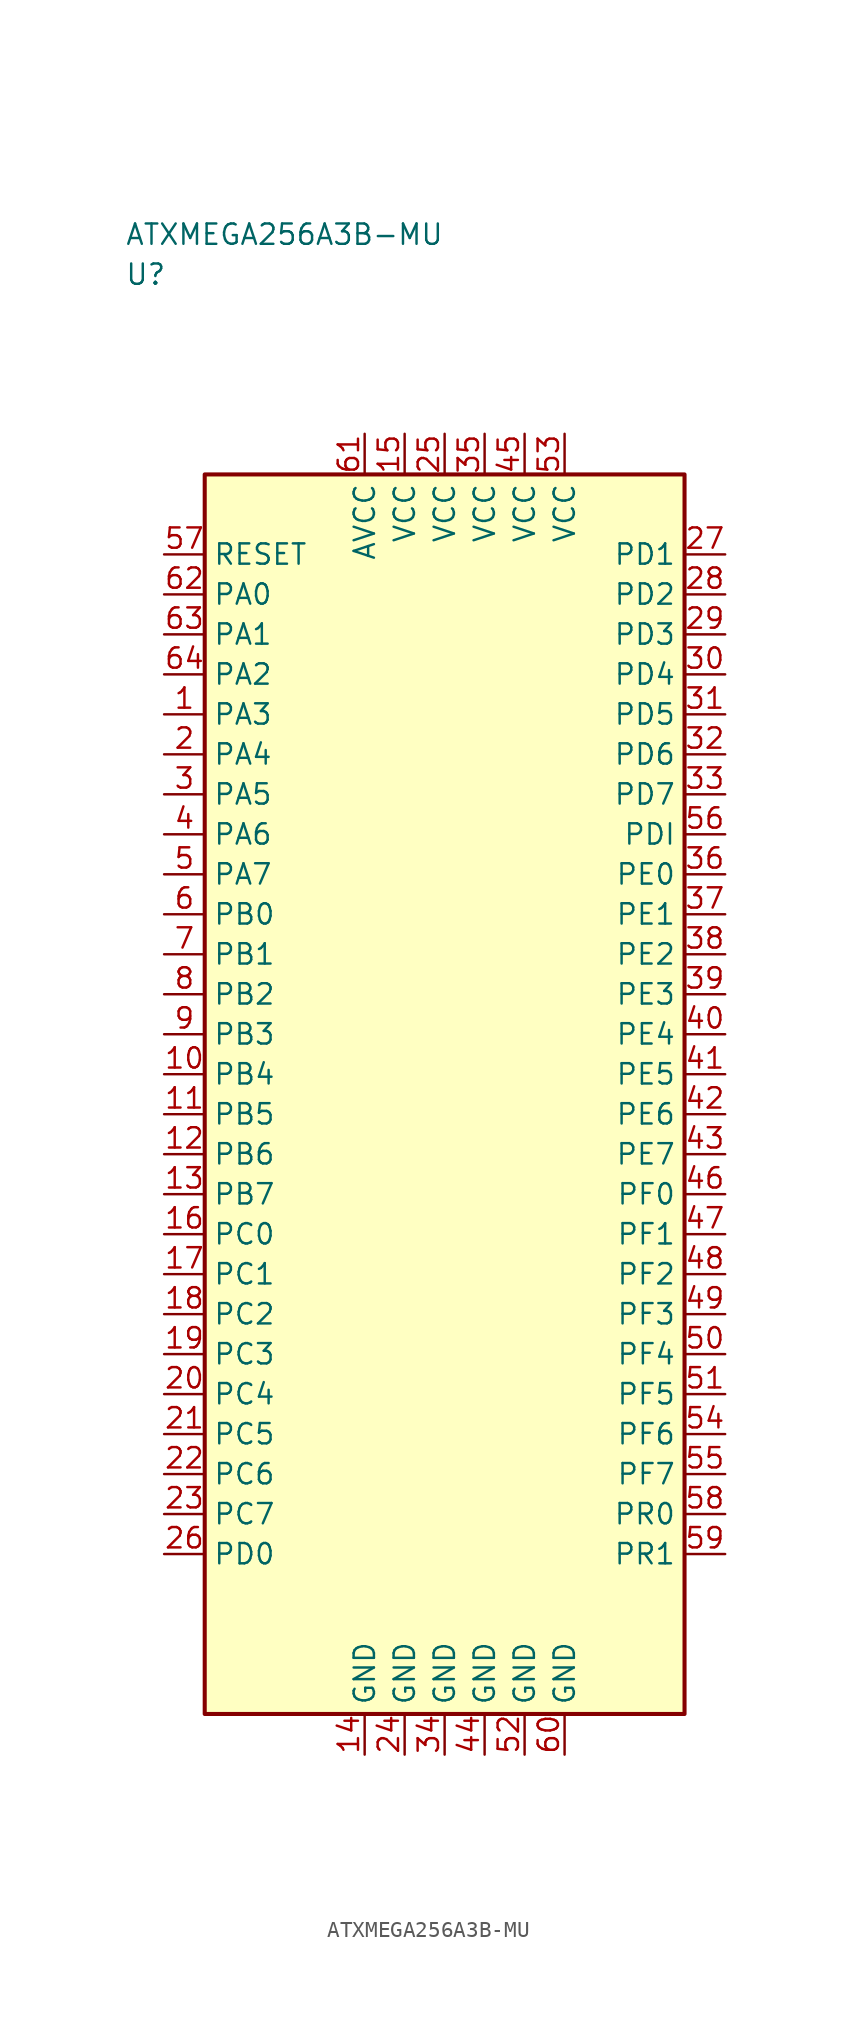
<source format=kicad_sym>
(kicad_symbol_lib
  (version 20241025)
  (generator "kicad_symbol_editor")
  (generator_version "8.0")
  (symbol "ATXMEGA256A3B-MU"
    (property "Reference" "U"
      (at -20.0 51.25 0)
      (effects (font (size 1.27 1.27)) (justify left)))
    (property "Value" "ATXMEGA256A3B-MU"
      (at -20.0 53.75 0)
      (effects (font (size 1.27 1.27)) (justify left)))
    (symbol "ATXMEGA256A3B-MU_0_1"
      (rectangle (start -15.0 38.75) (end 15.0 -38.75) (stroke (width 0.254) (type default)) (fill (type background))))
    (symbol "ATXMEGA256A3B-MU_1_1"
      (pin bidirectional line (at -17.54 23.75 0.0) (length 2.54) (name "PA3" (effects (font (size 1.27 1.27)))) (number "1" (effects (font (size 1.27 1.27)))))
      (pin bidirectional line (at -17.54 21.25 0.0) (length 2.54) (name "PA4" (effects (font (size 1.27 1.27)))) (number "2" (effects (font (size 1.27 1.27)))))
      (pin bidirectional line (at -17.54 18.75 0.0) (length 2.54) (name "PA5" (effects (font (size 1.27 1.27)))) (number "3" (effects (font (size 1.27 1.27)))))
      (pin bidirectional line (at -17.54 16.25 0.0) (length 2.54) (name "PA6" (effects (font (size 1.27 1.27)))) (number "4" (effects (font (size 1.27 1.27)))))
      (pin bidirectional line (at -17.54 13.75 0.0) (length 2.54) (name "PA7" (effects (font (size 1.27 1.27)))) (number "5" (effects (font (size 1.27 1.27)))))
      (pin bidirectional line (at -17.54 11.25 0.0) (length 2.54) (name "PB0" (effects (font (size 1.27 1.27)))) (number "6" (effects (font (size 1.27 1.27)))))
      (pin bidirectional line (at -17.54 8.75 0.0) (length 2.54) (name "PB1" (effects (font (size 1.27 1.27)))) (number "7" (effects (font (size 1.27 1.27)))))
      (pin bidirectional line (at -17.54 6.25 0.0) (length 2.54) (name "PB2" (effects (font (size 1.27 1.27)))) (number "8" (effects (font (size 1.27 1.27)))))
      (pin bidirectional line (at -17.54 3.75 0.0) (length 2.54) (name "PB3" (effects (font (size 1.27 1.27)))) (number "9" (effects (font (size 1.27 1.27)))))
      (pin bidirectional line (at -17.54 1.25 0.0) (length 2.54) (name "PB4" (effects (font (size 1.27 1.27)))) (number "10" (effects (font (size 1.27 1.27)))))
      (pin bidirectional line (at -17.54 -1.25 0.0) (length 2.54) (name "PB5" (effects (font (size 1.27 1.27)))) (number "11" (effects (font (size 1.27 1.27)))))
      (pin bidirectional line (at -17.54 -3.75 0.0) (length 2.54) (name "PB6" (effects (font (size 1.27 1.27)))) (number "12" (effects (font (size 1.27 1.27)))))
      (pin bidirectional line (at -17.54 -6.25 0.0) (length 2.54) (name "PB7" (effects (font (size 1.27 1.27)))) (number "13" (effects (font (size 1.27 1.27)))))
      (pin passive line (at -5.0 -41.29 90.0) (length 2.54) (name "GND" (effects (font (size 1.27 1.27)))) (number "14" (effects (font (size 1.27 1.27)))))
      (pin power_in line (at -2.5 41.29 270.0) (length 2.54) (name "VCC" (effects (font (size 1.27 1.27)))) (number "15" (effects (font (size 1.27 1.27)))))
      (pin bidirectional line (at -17.54 -8.75 0.0) (length 2.54) (name "PC0" (effects (font (size 1.27 1.27)))) (number "16" (effects (font (size 1.27 1.27)))))
      (pin bidirectional line (at -17.54 -11.25 0.0) (length 2.54) (name "PC1" (effects (font (size 1.27 1.27)))) (number "17" (effects (font (size 1.27 1.27)))))
      (pin bidirectional line (at -17.54 -13.75 0.0) (length 2.54) (name "PC2" (effects (font (size 1.27 1.27)))) (number "18" (effects (font (size 1.27 1.27)))))
      (pin bidirectional line (at -17.54 -16.25 0.0) (length 2.54) (name "PC3" (effects (font (size 1.27 1.27)))) (number "19" (effects (font (size 1.27 1.27)))))
      (pin bidirectional line (at -17.54 -18.75 0.0) (length 2.54) (name "PC4" (effects (font (size 1.27 1.27)))) (number "20" (effects (font (size 1.27 1.27)))))
      (pin bidirectional line (at -17.54 -21.25 0.0) (length 2.54) (name "PC5" (effects (font (size 1.27 1.27)))) (number "21" (effects (font (size 1.27 1.27)))))
      (pin bidirectional line (at -17.54 -23.75 0.0) (length 2.54) (name "PC6" (effects (font (size 1.27 1.27)))) (number "22" (effects (font (size 1.27 1.27)))))
      (pin bidirectional line (at -17.54 -26.25 0.0) (length 2.54) (name "PC7" (effects (font (size 1.27 1.27)))) (number "23" (effects (font (size 1.27 1.27)))))
      (pin passive line (at -2.5 -41.29 90.0) (length 2.54) (name "GND" (effects (font (size 1.27 1.27)))) (number "24" (effects (font (size 1.27 1.27)))))
      (pin power_in line (at 0.0 41.29 270.0) (length 2.54) (name "VCC" (effects (font (size 1.27 1.27)))) (number "25" (effects (font (size 1.27 1.27)))))
      (pin bidirectional line (at -17.54 -28.75 0.0) (length 2.54) (name "PD0" (effects (font (size 1.27 1.27)))) (number "26" (effects (font (size 1.27 1.27)))))
      (pin bidirectional line (at 17.54 33.75 180.0) (length 2.54) (name "PD1" (effects (font (size 1.27 1.27)))) (number "27" (effects (font (size 1.27 1.27)))))
      (pin bidirectional line (at 17.54 31.25 180.0) (length 2.54) (name "PD2" (effects (font (size 1.27 1.27)))) (number "28" (effects (font (size 1.27 1.27)))))
      (pin bidirectional line (at 17.54 28.75 180.0) (length 2.54) (name "PD3" (effects (font (size 1.27 1.27)))) (number "29" (effects (font (size 1.27 1.27)))))
      (pin bidirectional line (at 17.54 26.25 180.0) (length 2.54) (name "PD4" (effects (font (size 1.27 1.27)))) (number "30" (effects (font (size 1.27 1.27)))))
      (pin bidirectional line (at 17.54 23.75 180.0) (length 2.54) (name "PD5" (effects (font (size 1.27 1.27)))) (number "31" (effects (font (size 1.27 1.27)))))
      (pin bidirectional line (at 17.54 21.25 180.0) (length 2.54) (name "PD6" (effects (font (size 1.27 1.27)))) (number "32" (effects (font (size 1.27 1.27)))))
      (pin bidirectional line (at 17.54 18.75 180.0) (length 2.54) (name "PD7" (effects (font (size 1.27 1.27)))) (number "33" (effects (font (size 1.27 1.27)))))
      (pin passive line (at 0.0 -41.29 90.0) (length 2.54) (name "GND" (effects (font (size 1.27 1.27)))) (number "34" (effects (font (size 1.27 1.27)))))
      (pin power_in line (at 2.5 41.29 270.0) (length 2.54) (name "VCC" (effects (font (size 1.27 1.27)))) (number "35" (effects (font (size 1.27 1.27)))))
      (pin bidirectional line (at 17.54 13.75 180.0) (length 2.54) (name "PE0" (effects (font (size 1.27 1.27)))) (number "36" (effects (font (size 1.27 1.27)))))
      (pin bidirectional line (at 17.54 11.25 180.0) (length 2.54) (name "PE1" (effects (font (size 1.27 1.27)))) (number "37" (effects (font (size 1.27 1.27)))))
      (pin bidirectional line (at 17.54 8.75 180.0) (length 2.54) (name "PE2" (effects (font (size 1.27 1.27)))) (number "38" (effects (font (size 1.27 1.27)))))
      (pin bidirectional line (at 17.54 6.25 180.0) (length 2.54) (name "PE3" (effects (font (size 1.27 1.27)))) (number "39" (effects (font (size 1.27 1.27)))))
      (pin bidirectional line (at 17.54 3.75 180.0) (length 2.54) (name "PE4" (effects (font (size 1.27 1.27)))) (number "40" (effects (font (size 1.27 1.27)))))
      (pin bidirectional line (at 17.54 1.25 180.0) (length 2.54) (name "PE5" (effects (font (size 1.27 1.27)))) (number "41" (effects (font (size 1.27 1.27)))))
      (pin bidirectional line (at 17.54 -1.25 180.0) (length 2.54) (name "PE6" (effects (font (size 1.27 1.27)))) (number "42" (effects (font (size 1.27 1.27)))))
      (pin bidirectional line (at 17.54 -3.75 180.0) (length 2.54) (name "PE7" (effects (font (size 1.27 1.27)))) (number "43" (effects (font (size 1.27 1.27)))))
      (pin passive line (at 2.5 -41.29 90.0) (length 2.54) (name "GND" (effects (font (size 1.27 1.27)))) (number "44" (effects (font (size 1.27 1.27)))))
      (pin power_in line (at 5.0 41.29 270.0) (length 2.54) (name "VCC" (effects (font (size 1.27 1.27)))) (number "45" (effects (font (size 1.27 1.27)))))
      (pin bidirectional line (at 17.54 -6.25 180.0) (length 2.54) (name "PF0" (effects (font (size 1.27 1.27)))) (number "46" (effects (font (size 1.27 1.27)))))
      (pin bidirectional line (at 17.54 -8.75 180.0) (length 2.54) (name "PF1" (effects (font (size 1.27 1.27)))) (number "47" (effects (font (size 1.27 1.27)))))
      (pin bidirectional line (at 17.54 -11.25 180.0) (length 2.54) (name "PF2" (effects (font (size 1.27 1.27)))) (number "48" (effects (font (size 1.27 1.27)))))
      (pin bidirectional line (at 17.54 -13.75 180.0) (length 2.54) (name "PF3" (effects (font (size 1.27 1.27)))) (number "49" (effects (font (size 1.27 1.27)))))
      (pin bidirectional line (at 17.54 -16.25 180.0) (length 2.54) (name "PF4" (effects (font (size 1.27 1.27)))) (number "50" (effects (font (size 1.27 1.27)))))
      (pin bidirectional line (at 17.54 -18.75 180.0) (length 2.54) (name "PF5" (effects (font (size 1.27 1.27)))) (number "51" (effects (font (size 1.27 1.27)))))
      (pin passive line (at 5.0 -41.29 90.0) (length 2.54) (name "GND" (effects (font (size 1.27 1.27)))) (number "52" (effects (font (size 1.27 1.27)))))
      (pin power_in line (at 7.5 41.29 270.0) (length 2.54) (name "VCC" (effects (font (size 1.27 1.27)))) (number "53" (effects (font (size 1.27 1.27)))))
      (pin bidirectional line (at 17.54 -21.25 180.0) (length 2.54) (name "PF6" (effects (font (size 1.27 1.27)))) (number "54" (effects (font (size 1.27 1.27)))))
      (pin bidirectional line (at 17.54 -23.75 180.0) (length 2.54) (name "PF7" (effects (font (size 1.27 1.27)))) (number "55" (effects (font (size 1.27 1.27)))))
      (pin bidirectional line (at 17.54 16.25 180.0) (length 2.54) (name "PDI" (effects (font (size 1.27 1.27)))) (number "56" (effects (font (size 1.27 1.27)))))
      (pin input line (at -17.54 33.75 0.0) (length 2.54) (name "RESET" (effects (font (size 1.27 1.27)))) (number "57" (effects (font (size 1.27 1.27)))))
      (pin bidirectional line (at 17.54 -26.25 180.0) (length 2.54) (name "PR0" (effects (font (size 1.27 1.27)))) (number "58" (effects (font (size 1.27 1.27)))))
      (pin bidirectional line (at 17.54 -28.75 180.0) (length 2.54) (name "PR1" (effects (font (size 1.27 1.27)))) (number "59" (effects (font (size 1.27 1.27)))))
      (pin passive line (at 7.5 -41.29 90.0) (length 2.54) (name "GND" (effects (font (size 1.27 1.27)))) (number "60" (effects (font (size 1.27 1.27)))))
      (pin power_in line (at -5.0 41.29 270.0) (length 2.54) (name "AVCC" (effects (font (size 1.27 1.27)))) (number "61" (effects (font (size 1.27 1.27)))))
      (pin bidirectional line (at -17.54 31.25 0.0) (length 2.54) (name "PA0" (effects (font (size 1.27 1.27)))) (number "62" (effects (font (size 1.27 1.27)))))
      (pin bidirectional line (at -17.54 28.75 0.0) (length 2.54) (name "PA1" (effects (font (size 1.27 1.27)))) (number "63" (effects (font (size 1.27 1.27)))))
      (pin bidirectional line (at -17.54 26.25 0.0) (length 2.54) (name "PA2" (effects (font (size 1.27 1.27)))) (number "64" (effects (font (size 1.27 1.27))))))))
</source>
